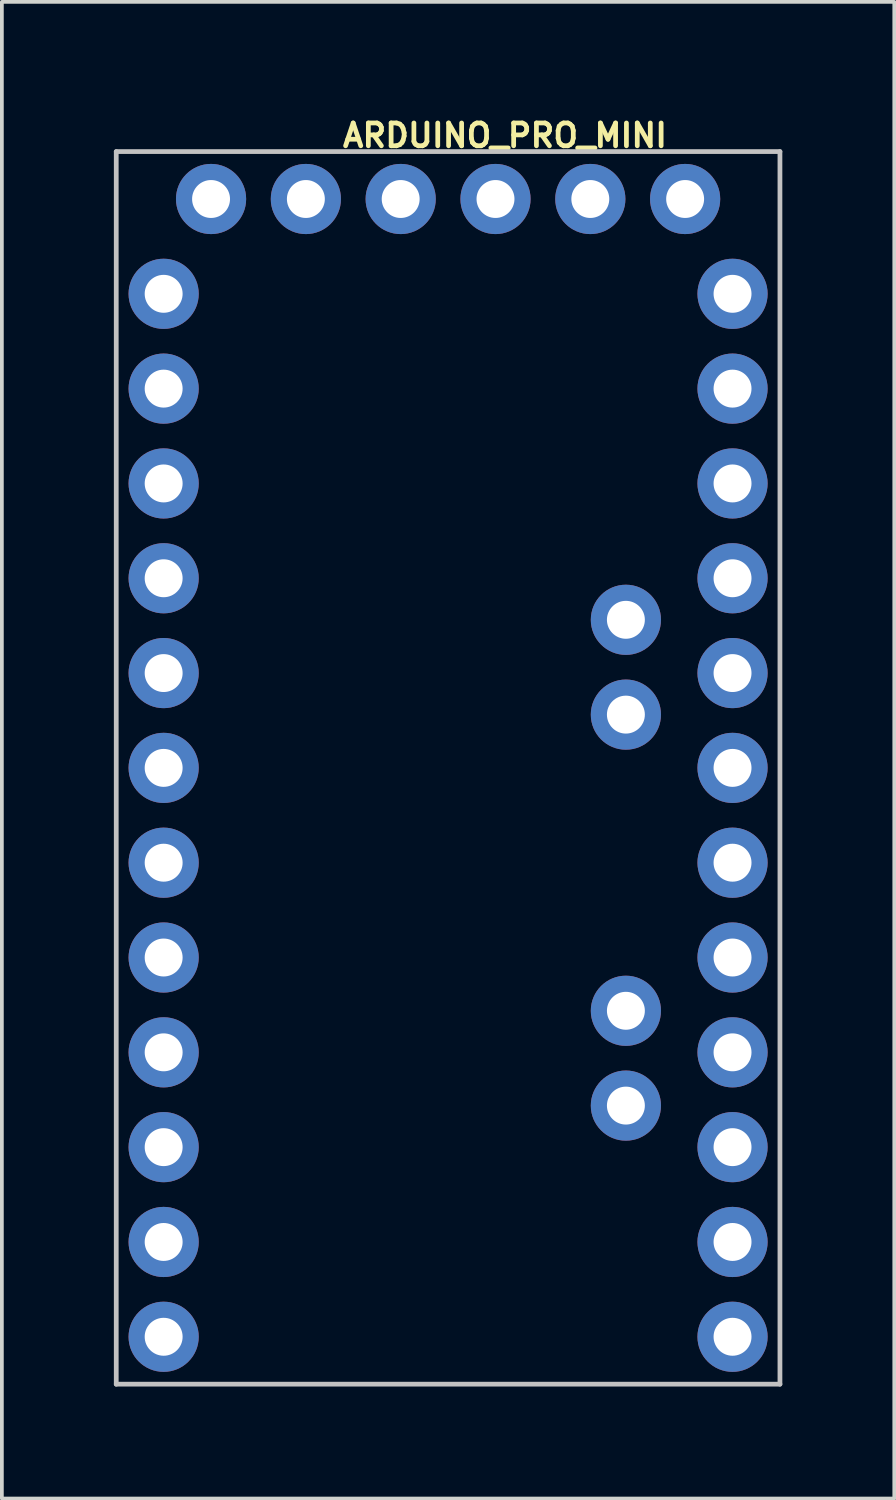
<source format=kicad_pcb>
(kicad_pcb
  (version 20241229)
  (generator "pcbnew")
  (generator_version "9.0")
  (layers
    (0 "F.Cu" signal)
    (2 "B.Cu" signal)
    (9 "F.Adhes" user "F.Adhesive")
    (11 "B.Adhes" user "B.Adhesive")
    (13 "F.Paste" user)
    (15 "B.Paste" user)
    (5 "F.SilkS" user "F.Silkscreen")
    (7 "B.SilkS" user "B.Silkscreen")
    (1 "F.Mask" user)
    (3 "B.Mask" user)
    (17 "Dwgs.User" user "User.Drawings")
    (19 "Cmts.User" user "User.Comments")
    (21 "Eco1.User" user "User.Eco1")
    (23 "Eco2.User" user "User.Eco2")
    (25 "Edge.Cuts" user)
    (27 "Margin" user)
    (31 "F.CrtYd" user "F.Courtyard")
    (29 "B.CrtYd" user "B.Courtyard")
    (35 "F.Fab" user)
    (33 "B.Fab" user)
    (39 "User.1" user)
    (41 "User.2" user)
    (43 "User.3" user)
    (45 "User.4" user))
  (footprint "ARDUINO_PRO_MINI"
    (layer "F.Cu")
    (at 8.954 17.521)
    (property "Reference" "ARDUINO_PRO_MINI" (at 1.524 -16.942 0) (layer "F.SilkS") (effects (font (size 0.61 0.61) (thickness 0.127))))
    (attr exclude_from_pos_files exclude_from_bom)
    (fp_line (start -8.89 -16.51) (end -8.89 16.51) (stroke (width 0.127) (type solid)) (layer "Dwgs.User"))
    (fp_line (start -8.89 16.51) (end 8.89 16.51) (stroke (width 0.127) (type solid)) (layer "Dwgs.User"))
    (fp_line (start 8.89 -16.51) (end -8.89 -16.51) (stroke (width 0.127) (type solid)) (layer "Dwgs.User"))
    (fp_line (start 8.89 16.51) (end 8.89 -16.51) (stroke (width 0.127) (type solid)) (layer "Dwgs.User"))
    (pad "1" thru_hole circle (at -7.62 -12.7) (size 1.88 1.88) (drill 1.016) (layers "*.Cu" "*.Paste" "*.Mask"))
    (pad "2" thru_hole circle (at -7.62 -10.16) (size 1.88 1.88) (drill 1.016) (layers "*.Cu" "*.Paste" "*.Mask"))
    (pad "3" thru_hole circle (at -7.62 -7.62) (size 1.88 1.88) (drill 1.016) (layers "*.Cu" "*.Paste" "*.Mask"))
    (pad "4" thru_hole circle (at -7.62 -5.08) (size 1.88 1.88) (drill 1.016) (layers "*.Cu" "*.Paste" "*.Mask"))
    (pad "5" thru_hole circle (at -7.62 -2.54) (size 1.88 1.88) (drill 1.016) (layers "*.Cu" "*.Paste" "*.Mask"))
    (pad "6" thru_hole circle (at -7.62 0) (size 1.88 1.88) (drill 1.016) (layers "*.Cu" "*.Paste" "*.Mask"))
    (pad "7" thru_hole circle (at -7.62 2.54) (size 1.88 1.88) (drill 1.016) (layers "*.Cu" "*.Paste" "*.Mask"))
    (pad "8" thru_hole circle (at -7.62 5.08) (size 1.88 1.88) (drill 1.016) (layers "*.Cu" "*.Paste" "*.Mask"))
    (pad "9" thru_hole circle (at -7.62 7.62) (size 1.88 1.88) (drill 1.016) (layers "*.Cu" "*.Paste" "*.Mask"))
    (pad "10" thru_hole circle (at -7.62 10.16) (size 1.88 1.88) (drill 1.016) (layers "*.Cu" "*.Paste" "*.Mask"))
    (pad "11" thru_hole circle (at -7.62 12.7) (size 1.88 1.88) (drill 1.016) (layers "*.Cu" "*.Paste" "*.Mask"))
    (pad "12" thru_hole circle (at -7.62 15.24) (size 1.88 1.88) (drill 1.016) (layers "*.Cu" "*.Paste" "*.Mask"))
    (pad "13" thru_hole circle (at 7.62 15.24) (size 1.88 1.88) (drill 1.016) (layers "*.Cu" "*.Paste" "*.Mask"))
    (pad "14" thru_hole circle (at 7.62 12.7) (size 1.88 1.88) (drill 1.016) (layers "*.Cu" "*.Paste" "*.Mask"))
    (pad "15" thru_hole circle (at 7.62 10.16) (size 1.88 1.88) (drill 1.016) (layers "*.Cu" "*.Paste" "*.Mask"))
    (pad "16" thru_hole circle (at 7.62 7.62) (size 1.88 1.88) (drill 1.016) (layers "*.Cu" "*.Paste" "*.Mask"))
    (pad "17" thru_hole circle (at 7.62 5.08) (size 1.88 1.88) (drill 1.016) (layers "*.Cu" "*.Paste" "*.Mask"))
    (pad "18" thru_hole circle (at 7.62 2.54) (size 1.88 1.88) (drill 1.016) (layers "*.Cu" "*.Paste" "*.Mask"))
    (pad "19" thru_hole circle (at 7.62 0) (size 1.88 1.88) (drill 1.016) (layers "*.Cu" "*.Paste" "*.Mask"))
    (pad "20" thru_hole circle (at 7.62 -2.54) (size 1.88 1.88) (drill 1.016) (layers "*.Cu" "*.Paste" "*.Mask"))
    (pad "21" thru_hole circle (at 7.62 -5.08) (size 1.88 1.88) (drill 1.016) (layers "*.Cu" "*.Paste" "*.Mask"))
    (pad "22" thru_hole circle (at 7.62 -7.62) (size 1.88 1.88) (drill 1.016) (layers "*.Cu" "*.Paste" "*.Mask"))
    (pad "23" thru_hole circle (at 7.62 -10.16) (size 1.88 1.88) (drill 1.016) (layers "*.Cu" "*.Paste" "*.Mask"))
    (pad "24" thru_hole circle (at 7.62 -12.7) (size 1.88 1.88) (drill 1.016) (layers "*.Cu" "*.Paste" "*.Mask"))
    (pad "A4" thru_hole circle (at 4.763 -1.427) (size 1.88 1.88) (drill 1.016) (layers "*.Cu" "*.Paste" "*.Mask"))
    (pad "A5" thru_hole circle (at 4.763 -3.967) (size 1.88 1.88) (drill 1.016) (layers "*.Cu" "*.Paste" "*.Mask"))
    (pad "A6" thru_hole circle (at 4.763 9.047) (size 1.88 1.88) (drill 1.016) (layers "*.Cu" "*.Paste" "*.Mask"))
    (pad "A7" thru_hole circle (at 4.763 6.507) (size 1.88 1.88) (drill 1.016) (layers "*.Cu" "*.Paste" "*.Mask"))
    (pad "BLK" thru_hole circle (at -6.35 -15.24) (size 1.88 1.88) (drill 1.016) (layers "*.Cu" "*.Paste" "*.Mask"))
    (pad "GND" thru_hole circle (at -3.81 -15.24) (size 1.88 1.88) (drill 1.016) (layers "*.Cu" "*.Paste" "*.Mask"))
    (pad "GRN" thru_hole circle (at 6.35 -15.24) (size 1.88 1.88) (drill 1.016) (layers "*.Cu" "*.Paste" "*.Mask"))
    (pad "RXI" thru_hole circle (at 1.27 -15.24) (size 1.88 1.88) (drill 1.016) (layers "*.Cu" "*.Paste" "*.Mask"))
    (pad "TXO" thru_hole circle (at 3.81 -15.24) (size 1.88 1.88) (drill 1.016) (layers "*.Cu" "*.Paste" "*.Mask"))
    (pad "VCC" thru_hole circle (at -1.27 -15.24) (size 1.88 1.88) (drill 1.016) (layers "*.Cu" "*.Paste" "*.Mask")))
  (gr_rect
    (start -3 -3)
    (end 20.907 37.095)
    (stroke (width 0.1) (type default))
    (fill no)
    (layer "Edge.Cuts")))
</source>
